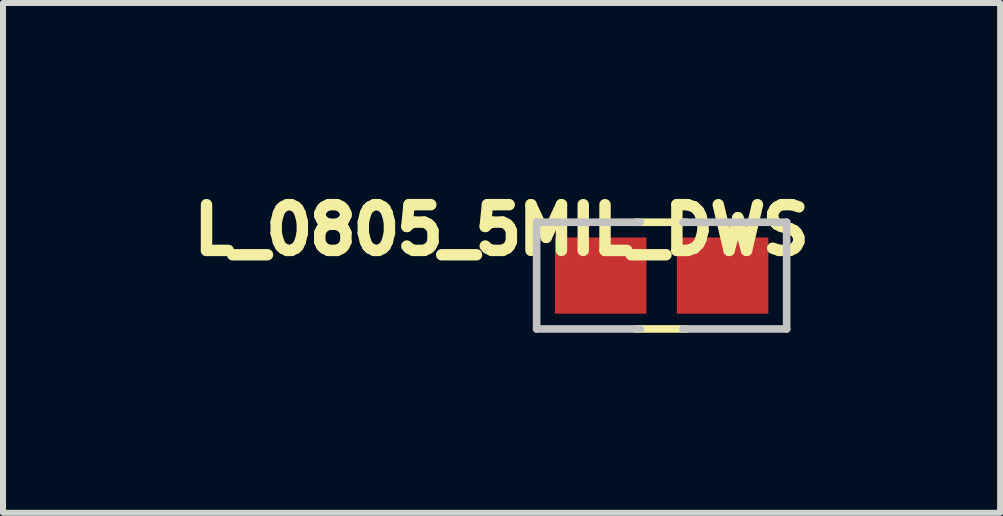
<source format=kicad_pcb>
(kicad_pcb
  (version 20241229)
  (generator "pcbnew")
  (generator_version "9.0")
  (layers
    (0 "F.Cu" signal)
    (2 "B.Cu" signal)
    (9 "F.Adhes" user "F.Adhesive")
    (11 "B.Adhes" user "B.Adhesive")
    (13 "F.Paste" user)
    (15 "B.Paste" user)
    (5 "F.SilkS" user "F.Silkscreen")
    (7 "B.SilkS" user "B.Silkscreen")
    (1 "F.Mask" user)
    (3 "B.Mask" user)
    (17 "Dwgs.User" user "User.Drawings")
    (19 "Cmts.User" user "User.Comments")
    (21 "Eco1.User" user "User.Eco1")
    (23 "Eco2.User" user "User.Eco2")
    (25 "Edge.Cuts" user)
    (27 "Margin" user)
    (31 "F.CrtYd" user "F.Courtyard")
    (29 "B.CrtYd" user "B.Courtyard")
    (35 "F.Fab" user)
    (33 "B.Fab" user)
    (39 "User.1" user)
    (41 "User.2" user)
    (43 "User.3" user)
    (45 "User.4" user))
  (footprint "L_0805_5MIL_DWS"
    (layer "F.Cu")
    (at 7.975 1.542)
    (property "Reference" "L_0805_5MIL_DWS" (at -2.667 -0.762 0) (layer "F.SilkS") (effects (font (size 0.762 0.762) (thickness 0.191))))
    (attr smd)
    (fp_line (start -0.432 -0.889) (end 0.406 -0.889) (stroke (width 0.127) (type solid)) (layer "F.SilkS"))
    (fp_line (start -0.432 0.889) (end 0.406 0.889) (stroke (width 0.127) (type solid)) (layer "F.SilkS"))
    (fp_line (start -2.083 -0.889) (end -2.083 0.889) (stroke (width 0.127) (type solid)) (layer "Dwgs.User"))
    (fp_line (start -2.083 0.889) (end -0.356 0.889) (stroke (width 0.127) (type solid)) (layer "Dwgs.User"))
    (fp_line (start -0.356 -0.889) (end -2.083 -0.889) (stroke (width 0.127) (type solid)) (layer "Dwgs.User"))
    (fp_line (start 0.356 0.889) (end 2.083 0.889) (stroke (width 0.127) (type solid)) (layer "Dwgs.User"))
    (fp_line (start 2.083 -0.889) (end 0.356 -0.889) (stroke (width 0.127) (type solid)) (layer "Dwgs.User"))
    (fp_line (start 2.083 -0.889) (end 2.083 0.889) (stroke (width 0.127) (type solid)) (layer "Dwgs.User"))
    (pad "1" smd rect (at -1.016 0) (size 1.524 1.27) (layers "F.Cu" "F.Mask" "F.Paste"))
    (pad "2" smd rect (at 1.016 0) (size 1.524 1.27) (layers "F.Cu" "F.Mask" "F.Paste")))
  (gr_rect
    (start -3 -3)
    (end 13.615 5.495)
    (stroke (width 0.1) (type default))
    (fill no)
    (layer "Edge.Cuts")))
</source>
